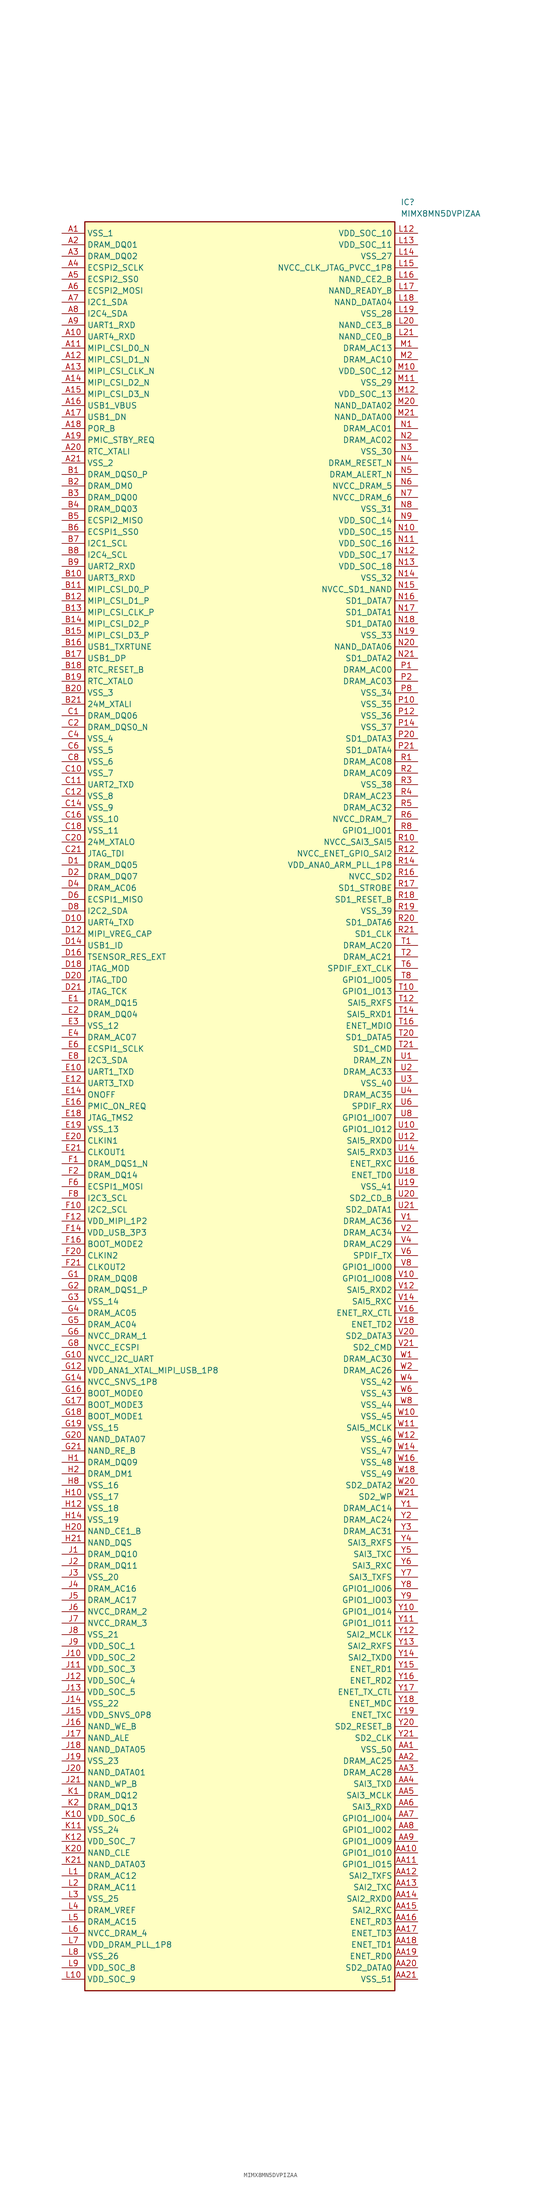
<source format=kicad_sym>
(kicad_symbol_lib
  (version 20211014)
  (generator SamacSys_ECAD_Model)
  (symbol "MIMX8MN5DVPIZAA"
    (property "Reference" "IC"
      (at 74.93 7.62 0)
      (effects (font (size 1.27 1.27)) (justify left top)))
    (property "Value" "MIMX8MN5DVPIZAA"
      (at 74.93 5.08 0)
      (effects (font (size 1.27 1.27)) (justify left top)))
    (rectangle
      (start 5.08 2.54)
      (end 73.66 -388.62)
      (stroke (width 0.254) (type default))
      (fill (type background)))
    (pin passive line
      (at 0 0 0)
      (length 5.08)
      (name "VSS_1" (effects (font (size 1.27 1.27))))
      (number "A1" (effects (font (size 1.27 1.27)))))
    (pin passive line
      (at 0 -2.54 0)
      (length 5.08)
      (name "DRAM_DQ01" (effects (font (size 1.27 1.27))))
      (number "A2" (effects (font (size 1.27 1.27)))))
    (pin passive line
      (at 0 -5.08 0)
      (length 5.08)
      (name "DRAM_DQ02" (effects (font (size 1.27 1.27))))
      (number "A3" (effects (font (size 1.27 1.27)))))
    (pin passive line
      (at 0 -7.62 0)
      (length 5.08)
      (name "ECSPI2_SCLK" (effects (font (size 1.27 1.27))))
      (number "A4" (effects (font (size 1.27 1.27)))))
    (pin passive line
      (at 0 -10.16 0)
      (length 5.08)
      (name "ECSPI2_SS0" (effects (font (size 1.27 1.27))))
      (number "A5" (effects (font (size 1.27 1.27)))))
    (pin passive line
      (at 0 -12.7 0)
      (length 5.08)
      (name "ECSPI2_MOSI" (effects (font (size 1.27 1.27))))
      (number "A6" (effects (font (size 1.27 1.27)))))
    (pin passive line
      (at 0 -15.24 0)
      (length 5.08)
      (name "I2C1_SDA" (effects (font (size 1.27 1.27))))
      (number "A7" (effects (font (size 1.27 1.27)))))
    (pin passive line
      (at 0 -17.78 0)
      (length 5.08)
      (name "I2C4_SDA" (effects (font (size 1.27 1.27))))
      (number "A8" (effects (font (size 1.27 1.27)))))
    (pin passive line
      (at 0 -20.32 0)
      (length 5.08)
      (name "UART1_RXD" (effects (font (size 1.27 1.27))))
      (number "A9" (effects (font (size 1.27 1.27)))))
    (pin passive line
      (at 0 -22.86 0)
      (length 5.08)
      (name "UART4_RXD" (effects (font (size 1.27 1.27))))
      (number "A10" (effects (font (size 1.27 1.27)))))
    (pin passive line
      (at 0 -25.4 0)
      (length 5.08)
      (name "MIPI_CSI_D0_N" (effects (font (size 1.27 1.27))))
      (number "A11" (effects (font (size 1.27 1.27)))))
    (pin passive line
      (at 0 -27.94 0)
      (length 5.08)
      (name "MIPI_CSI_D1_N" (effects (font (size 1.27 1.27))))
      (number "A12" (effects (font (size 1.27 1.27)))))
    (pin passive line
      (at 0 -30.48 0)
      (length 5.08)
      (name "MIPI_CSI_CLK_N" (effects (font (size 1.27 1.27))))
      (number "A13" (effects (font (size 1.27 1.27)))))
    (pin passive line
      (at 0 -33.02 0)
      (length 5.08)
      (name "MIPI_CSI_D2_N" (effects (font (size 1.27 1.27))))
      (number "A14" (effects (font (size 1.27 1.27)))))
    (pin passive line
      (at 0 -35.56 0)
      (length 5.08)
      (name "MIPI_CSI_D3_N" (effects (font (size 1.27 1.27))))
      (number "A15" (effects (font (size 1.27 1.27)))))
    (pin passive line
      (at 0 -38.1 0)
      (length 5.08)
      (name "USB1_VBUS" (effects (font (size 1.27 1.27))))
      (number "A16" (effects (font (size 1.27 1.27)))))
    (pin passive line
      (at 0 -40.64 0)
      (length 5.08)
      (name "USB1_DN" (effects (font (size 1.27 1.27))))
      (number "A17" (effects (font (size 1.27 1.27)))))
    (pin passive line
      (at 0 -43.18 0)
      (length 5.08)
      (name "POR_B" (effects (font (size 1.27 1.27))))
      (number "A18" (effects (font (size 1.27 1.27)))))
    (pin passive line
      (at 0 -45.72 0)
      (length 5.08)
      (name "PMIC_STBY_REQ" (effects (font (size 1.27 1.27))))
      (number "A19" (effects (font (size 1.27 1.27)))))
    (pin passive line
      (at 0 -48.26 0)
      (length 5.08)
      (name "RTC_XTALI" (effects (font (size 1.27 1.27))))
      (number "A20" (effects (font (size 1.27 1.27)))))
    (pin passive line
      (at 0 -50.8 0)
      (length 5.08)
      (name "VSS_2" (effects (font (size 1.27 1.27))))
      (number "A21" (effects (font (size 1.27 1.27)))))
    (pin passive line
      (at 0 -53.34 0)
      (length 5.08)
      (name "DRAM_DQS0_P" (effects (font (size 1.27 1.27))))
      (number "B1" (effects (font (size 1.27 1.27)))))
    (pin passive line
      (at 0 -55.88 0)
      (length 5.08)
      (name "DRAM_DM0" (effects (font (size 1.27 1.27))))
      (number "B2" (effects (font (size 1.27 1.27)))))
    (pin passive line
      (at 0 -58.42 0)
      (length 5.08)
      (name "DRAM_DQ00" (effects (font (size 1.27 1.27))))
      (number "B3" (effects (font (size 1.27 1.27)))))
    (pin passive line
      (at 0 -60.96 0)
      (length 5.08)
      (name "DRAM_DQ03" (effects (font (size 1.27 1.27))))
      (number "B4" (effects (font (size 1.27 1.27)))))
    (pin passive line
      (at 0 -63.5 0)
      (length 5.08)
      (name "ECSPI2_MISO" (effects (font (size 1.27 1.27))))
      (number "B5" (effects (font (size 1.27 1.27)))))
    (pin passive line
      (at 0 -66.04 0)
      (length 5.08)
      (name "ECSPI1_SS0" (effects (font (size 1.27 1.27))))
      (number "B6" (effects (font (size 1.27 1.27)))))
    (pin passive line
      (at 0 -68.58 0)
      (length 5.08)
      (name "I2C1_SCL" (effects (font (size 1.27 1.27))))
      (number "B7" (effects (font (size 1.27 1.27)))))
    (pin passive line
      (at 0 -71.12 0)
      (length 5.08)
      (name "I2C4_SCL" (effects (font (size 1.27 1.27))))
      (number "B8" (effects (font (size 1.27 1.27)))))
    (pin passive line
      (at 0 -73.66 0)
      (length 5.08)
      (name "UART2_RXD" (effects (font (size 1.27 1.27))))
      (number "B9" (effects (font (size 1.27 1.27)))))
    (pin passive line
      (at 0 -76.2 0)
      (length 5.08)
      (name "UART3_RXD" (effects (font (size 1.27 1.27))))
      (number "B10" (effects (font (size 1.27 1.27)))))
    (pin passive line
      (at 0 -78.74 0)
      (length 5.08)
      (name "MIPI_CSI_D0_P" (effects (font (size 1.27 1.27))))
      (number "B11" (effects (font (size 1.27 1.27)))))
    (pin passive line
      (at 0 -81.28 0)
      (length 5.08)
      (name "MIPI_CSI_D1_P" (effects (font (size 1.27 1.27))))
      (number "B12" (effects (font (size 1.27 1.27)))))
    (pin passive line
      (at 0 -83.82 0)
      (length 5.08)
      (name "MIPI_CSI_CLK_P" (effects (font (size 1.27 1.27))))
      (number "B13" (effects (font (size 1.27 1.27)))))
    (pin passive line
      (at 0 -86.36 0)
      (length 5.08)
      (name "MIPI_CSI_D2_P" (effects (font (size 1.27 1.27))))
      (number "B14" (effects (font (size 1.27 1.27)))))
    (pin passive line
      (at 0 -88.9 0)
      (length 5.08)
      (name "MIPI_CSI_D3_P" (effects (font (size 1.27 1.27))))
      (number "B15" (effects (font (size 1.27 1.27)))))
    (pin passive line
      (at 0 -91.44 0)
      (length 5.08)
      (name "USB1_TXRTUNE" (effects (font (size 1.27 1.27))))
      (number "B16" (effects (font (size 1.27 1.27)))))
    (pin passive line
      (at 0 -93.98 0)
      (length 5.08)
      (name "USB1_DP" (effects (font (size 1.27 1.27))))
      (number "B17" (effects (font (size 1.27 1.27)))))
    (pin passive line
      (at 0 -96.52 0)
      (length 5.08)
      (name "RTC_RESET_B" (effects (font (size 1.27 1.27))))
      (number "B18" (effects (font (size 1.27 1.27)))))
    (pin passive line
      (at 0 -99.06 0)
      (length 5.08)
      (name "RTC_XTALO" (effects (font (size 1.27 1.27))))
      (number "B19" (effects (font (size 1.27 1.27)))))
    (pin passive line
      (at 0 -101.6 0)
      (length 5.08)
      (name "VSS_3" (effects (font (size 1.27 1.27))))
      (number "B20" (effects (font (size 1.27 1.27)))))
    (pin passive line
      (at 0 -104.14 0)
      (length 5.08)
      (name "24M_XTALI" (effects (font (size 1.27 1.27))))
      (number "B21" (effects (font (size 1.27 1.27)))))
    (pin passive line
      (at 0 -106.68 0)
      (length 5.08)
      (name "DRAM_DQ06" (effects (font (size 1.27 1.27))))
      (number "C1" (effects (font (size 1.27 1.27)))))
    (pin passive line
      (at 0 -109.22 0)
      (length 5.08)
      (name "DRAM_DQS0_N" (effects (font (size 1.27 1.27))))
      (number "C2" (effects (font (size 1.27 1.27)))))
    (pin passive line
      (at 0 -111.76 0)
      (length 5.08)
      (name "VSS_4" (effects (font (size 1.27 1.27))))
      (number "C4" (effects (font (size 1.27 1.27)))))
    (pin passive line
      (at 0 -114.3 0)
      (length 5.08)
      (name "VSS_5" (effects (font (size 1.27 1.27))))
      (number "C6" (effects (font (size 1.27 1.27)))))
    (pin passive line
      (at 0 -116.84 0)
      (length 5.08)
      (name "VSS_6" (effects (font (size 1.27 1.27))))
      (number "C8" (effects (font (size 1.27 1.27)))))
    (pin passive line
      (at 0 -119.38 0)
      (length 5.08)
      (name "VSS_7" (effects (font (size 1.27 1.27))))
      (number "C10" (effects (font (size 1.27 1.27)))))
    (pin passive line
      (at 0 -121.92 0)
      (length 5.08)
      (name "UART2_TXD" (effects (font (size 1.27 1.27))))
      (number "C11" (effects (font (size 1.27 1.27)))))
    (pin passive line
      (at 0 -124.46 0)
      (length 5.08)
      (name "VSS_8" (effects (font (size 1.27 1.27))))
      (number "C12" (effects (font (size 1.27 1.27)))))
    (pin passive line
      (at 0 -127 0)
      (length 5.08)
      (name "VSS_9" (effects (font (size 1.27 1.27))))
      (number "C14" (effects (font (size 1.27 1.27)))))
    (pin passive line
      (at 0 -129.54 0)
      (length 5.08)
      (name "VSS_10" (effects (font (size 1.27 1.27))))
      (number "C16" (effects (font (size 1.27 1.27)))))
    (pin passive line
      (at 0 -132.08 0)
      (length 5.08)
      (name "VSS_11" (effects (font (size 1.27 1.27))))
      (number "C18" (effects (font (size 1.27 1.27)))))
    (pin passive line
      (at 0 -134.62 0)
      (length 5.08)
      (name "24M_XTALO" (effects (font (size 1.27 1.27))))
      (number "C20" (effects (font (size 1.27 1.27)))))
    (pin passive line
      (at 0 -137.16 0)
      (length 5.08)
      (name "JTAG_TDI" (effects (font (size 1.27 1.27))))
      (number "C21" (effects (font (size 1.27 1.27)))))
    (pin passive line
      (at 0 -139.7 0)
      (length 5.08)
      (name "DRAM_DQ05" (effects (font (size 1.27 1.27))))
      (number "D1" (effects (font (size 1.27 1.27)))))
    (pin passive line
      (at 0 -142.24 0)
      (length 5.08)
      (name "DRAM_DQ07" (effects (font (size 1.27 1.27))))
      (number "D2" (effects (font (size 1.27 1.27)))))
    (pin passive line
      (at 0 -144.78 0)
      (length 5.08)
      (name "DRAM_AC06" (effects (font (size 1.27 1.27))))
      (number "D4" (effects (font (size 1.27 1.27)))))
    (pin passive line
      (at 0 -147.32 0)
      (length 5.08)
      (name "ECSPI1_MISO" (effects (font (size 1.27 1.27))))
      (number "D6" (effects (font (size 1.27 1.27)))))
    (pin passive line
      (at 0 -149.86 0)
      (length 5.08)
      (name "I2C2_SDA" (effects (font (size 1.27 1.27))))
      (number "D8" (effects (font (size 1.27 1.27)))))
    (pin passive line
      (at 0 -152.4 0)
      (length 5.08)
      (name "UART4_TXD" (effects (font (size 1.27 1.27))))
      (number "D10" (effects (font (size 1.27 1.27)))))
    (pin passive line
      (at 0 -154.94 0)
      (length 5.08)
      (name "MIPI_VREG_CAP" (effects (font (size 1.27 1.27))))
      (number "D12" (effects (font (size 1.27 1.27)))))
    (pin passive line
      (at 0 -157.48 0)
      (length 5.08)
      (name "USB1_ID" (effects (font (size 1.27 1.27))))
      (number "D14" (effects (font (size 1.27 1.27)))))
    (pin passive line
      (at 0 -160.02 0)
      (length 5.08)
      (name "TSENSOR_RES_EXT" (effects (font (size 1.27 1.27))))
      (number "D16" (effects (font (size 1.27 1.27)))))
    (pin passive line
      (at 0 -162.56 0)
      (length 5.08)
      (name "JTAG_MOD" (effects (font (size 1.27 1.27))))
      (number "D18" (effects (font (size 1.27 1.27)))))
    (pin passive line
      (at 0 -165.1 0)
      (length 5.08)
      (name "JTAG_TDO" (effects (font (size 1.27 1.27))))
      (number "D20" (effects (font (size 1.27 1.27)))))
    (pin passive line
      (at 0 -167.64 0)
      (length 5.08)
      (name "JTAG_TCK" (effects (font (size 1.27 1.27))))
      (number "D21" (effects (font (size 1.27 1.27)))))
    (pin passive line
      (at 0 -170.18 0)
      (length 5.08)
      (name "DRAM_DQ15" (effects (font (size 1.27 1.27))))
      (number "E1" (effects (font (size 1.27 1.27)))))
    (pin passive line
      (at 0 -172.72 0)
      (length 5.08)
      (name "DRAM_DQ04" (effects (font (size 1.27 1.27))))
      (number "E2" (effects (font (size 1.27 1.27)))))
    (pin passive line
      (at 0 -175.26 0)
      (length 5.08)
      (name "VSS_12" (effects (font (size 1.27 1.27))))
      (number "E3" (effects (font (size 1.27 1.27)))))
    (pin passive line
      (at 0 -177.8 0)
      (length 5.08)
      (name "DRAM_AC07" (effects (font (size 1.27 1.27))))
      (number "E4" (effects (font (size 1.27 1.27)))))
    (pin passive line
      (at 0 -180.34 0)
      (length 5.08)
      (name "ECSPI1_SCLK" (effects (font (size 1.27 1.27))))
      (number "E6" (effects (font (size 1.27 1.27)))))
    (pin passive line
      (at 0 -182.88 0)
      (length 5.08)
      (name "I2C3_SDA" (effects (font (size 1.27 1.27))))
      (number "E8" (effects (font (size 1.27 1.27)))))
    (pin passive line
      (at 0 -185.42 0)
      (length 5.08)
      (name "UART1_TXD" (effects (font (size 1.27 1.27))))
      (number "E10" (effects (font (size 1.27 1.27)))))
    (pin passive line
      (at 0 -187.96 0)
      (length 5.08)
      (name "UART3_TXD" (effects (font (size 1.27 1.27))))
      (number "E12" (effects (font (size 1.27 1.27)))))
    (pin passive line
      (at 0 -190.5 0)
      (length 5.08)
      (name "ONOFF" (effects (font (size 1.27 1.27))))
      (number "E14" (effects (font (size 1.27 1.27)))))
    (pin passive line
      (at 0 -193.04 0)
      (length 5.08)
      (name "PMIC_ON_REQ" (effects (font (size 1.27 1.27))))
      (number "E16" (effects (font (size 1.27 1.27)))))
    (pin passive line
      (at 0 -195.58 0)
      (length 5.08)
      (name "JTAG_TMS2" (effects (font (size 1.27 1.27))))
      (number "E18" (effects (font (size 1.27 1.27)))))
    (pin passive line
      (at 0 -198.12 0)
      (length 5.08)
      (name "VSS_13" (effects (font (size 1.27 1.27))))
      (number "E19" (effects (font (size 1.27 1.27)))))
    (pin passive line
      (at 0 -200.66 0)
      (length 5.08)
      (name "CLKIN1" (effects (font (size 1.27 1.27))))
      (number "E20" (effects (font (size 1.27 1.27)))))
    (pin passive line
      (at 0 -203.2 0)
      (length 5.08)
      (name "CLKOUT1" (effects (font (size 1.27 1.27))))
      (number "E21" (effects (font (size 1.27 1.27)))))
    (pin passive line
      (at 0 -205.74 0)
      (length 5.08)
      (name "DRAM_DQS1_N" (effects (font (size 1.27 1.27))))
      (number "F1" (effects (font (size 1.27 1.27)))))
    (pin passive line
      (at 0 -208.28 0)
      (length 5.08)
      (name "DRAM_DQ14" (effects (font (size 1.27 1.27))))
      (number "F2" (effects (font (size 1.27 1.27)))))
    (pin passive line
      (at 0 -210.82 0)
      (length 5.08)
      (name "ECSPI1_MOSI" (effects (font (size 1.27 1.27))))
      (number "F6" (effects (font (size 1.27 1.27)))))
    (pin passive line
      (at 0 -213.36 0)
      (length 5.08)
      (name "I2C3_SCL" (effects (font (size 1.27 1.27))))
      (number "F8" (effects (font (size 1.27 1.27)))))
    (pin passive line
      (at 0 -215.9 0)
      (length 5.08)
      (name "I2C2_SCL" (effects (font (size 1.27 1.27))))
      (number "F10" (effects (font (size 1.27 1.27)))))
    (pin passive line
      (at 0 -218.44 0)
      (length 5.08)
      (name "VDD_MIPI_1P2" (effects (font (size 1.27 1.27))))
      (number "F12" (effects (font (size 1.27 1.27)))))
    (pin passive line
      (at 0 -220.98 0)
      (length 5.08)
      (name "VDD_USB_3P3" (effects (font (size 1.27 1.27))))
      (number "F14" (effects (font (size 1.27 1.27)))))
    (pin passive line
      (at 0 -223.52 0)
      (length 5.08)
      (name "BOOT_MODE2" (effects (font (size 1.27 1.27))))
      (number "F16" (effects (font (size 1.27 1.27)))))
    (pin passive line
      (at 0 -226.06 0)
      (length 5.08)
      (name "CLKIN2" (effects (font (size 1.27 1.27))))
      (number "F20" (effects (font (size 1.27 1.27)))))
    (pin passive line
      (at 0 -228.6 0)
      (length 5.08)
      (name "CLKOUT2" (effects (font (size 1.27 1.27))))
      (number "F21" (effects (font (size 1.27 1.27)))))
    (pin passive line
      (at 0 -231.14 0)
      (length 5.08)
      (name "DRAM_DQ08" (effects (font (size 1.27 1.27))))
      (number "G1" (effects (font (size 1.27 1.27)))))
    (pin passive line
      (at 0 -233.68 0)
      (length 5.08)
      (name "DRAM_DQS1_P" (effects (font (size 1.27 1.27))))
      (number "G2" (effects (font (size 1.27 1.27)))))
    (pin passive line
      (at 0 -236.22 0)
      (length 5.08)
      (name "VSS_14" (effects (font (size 1.27 1.27))))
      (number "G3" (effects (font (size 1.27 1.27)))))
    (pin passive line
      (at 0 -238.76 0)
      (length 5.08)
      (name "DRAM_AC05" (effects (font (size 1.27 1.27))))
      (number "G4" (effects (font (size 1.27 1.27)))))
    (pin passive line
      (at 0 -241.3 0)
      (length 5.08)
      (name "DRAM_AC04" (effects (font (size 1.27 1.27))))
      (number "G5" (effects (font (size 1.27 1.27)))))
    (pin passive line
      (at 0 -243.84 0)
      (length 5.08)
      (name "NVCC_DRAM_1" (effects (font (size 1.27 1.27))))
      (number "G6" (effects (font (size 1.27 1.27)))))
    (pin passive line
      (at 0 -246.38 0)
      (length 5.08)
      (name "NVCC_ECSPI" (effects (font (size 1.27 1.27))))
      (number "G8" (effects (font (size 1.27 1.27)))))
    (pin passive line
      (at 0 -248.92 0)
      (length 5.08)
      (name "NVCC_I2C_UART" (effects (font (size 1.27 1.27))))
      (number "G10" (effects (font (size 1.27 1.27)))))
    (pin passive line
      (at 0 -251.46 0)
      (length 5.08)
      (name "VDD_ANA1_XTAL_MIPI_USB_1P8" (effects (font (size 1.27 1.27))))
      (number "G12" (effects (font (size 1.27 1.27)))))
    (pin passive line
      (at 0 -254 0)
      (length 5.08)
      (name "NVCC_SNVS_1P8" (effects (font (size 1.27 1.27))))
      (number "G14" (effects (font (size 1.27 1.27)))))
    (pin passive line
      (at 0 -256.54 0)
      (length 5.08)
      (name "BOOT_MODE0" (effects (font (size 1.27 1.27))))
      (number "G16" (effects (font (size 1.27 1.27)))))
    (pin passive line
      (at 0 -259.08 0)
      (length 5.08)
      (name "BOOT_MODE3" (effects (font (size 1.27 1.27))))
      (number "G17" (effects (font (size 1.27 1.27)))))
    (pin passive line
      (at 0 -261.62 0)
      (length 5.08)
      (name "BOOT_MODE1" (effects (font (size 1.27 1.27))))
      (number "G18" (effects (font (size 1.27 1.27)))))
    (pin passive line
      (at 0 -264.16 0)
      (length 5.08)
      (name "VSS_15" (effects (font (size 1.27 1.27))))
      (number "G19" (effects (font (size 1.27 1.27)))))
    (pin passive line
      (at 0 -266.7 0)
      (length 5.08)
      (name "NAND_DATA07" (effects (font (size 1.27 1.27))))
      (number "G20" (effects (font (size 1.27 1.27)))))
    (pin passive line
      (at 0 -269.24 0)
      (length 5.08)
      (name "NAND_RE_B" (effects (font (size 1.27 1.27))))
      (number "G21" (effects (font (size 1.27 1.27)))))
    (pin passive line
      (at 0 -271.78 0)
      (length 5.08)
      (name "DRAM_DQ09" (effects (font (size 1.27 1.27))))
      (number "H1" (effects (font (size 1.27 1.27)))))
    (pin passive line
      (at 0 -274.32 0)
      (length 5.08)
      (name "DRAM_DM1" (effects (font (size 1.27 1.27))))
      (number "H2" (effects (font (size 1.27 1.27)))))
    (pin passive line
      (at 0 -276.86 0)
      (length 5.08)
      (name "VSS_16" (effects (font (size 1.27 1.27))))
      (number "H8" (effects (font (size 1.27 1.27)))))
    (pin passive line
      (at 0 -279.4 0)
      (length 5.08)
      (name "VSS_17" (effects (font (size 1.27 1.27))))
      (number "H10" (effects (font (size 1.27 1.27)))))
    (pin passive line
      (at 0 -281.94 0)
      (length 5.08)
      (name "VSS_18" (effects (font (size 1.27 1.27))))
      (number "H12" (effects (font (size 1.27 1.27)))))
    (pin passive line
      (at 0 -284.48 0)
      (length 5.08)
      (name "VSS_19" (effects (font (size 1.27 1.27))))
      (number "H14" (effects (font (size 1.27 1.27)))))
    (pin passive line
      (at 0 -287.02 0)
      (length 5.08)
      (name "NAND_CE1_B" (effects (font (size 1.27 1.27))))
      (number "H20" (effects (font (size 1.27 1.27)))))
    (pin passive line
      (at 0 -289.56 0)
      (length 5.08)
      (name "NAND_DQS" (effects (font (size 1.27 1.27))))
      (number "H21" (effects (font (size 1.27 1.27)))))
    (pin passive line
      (at 0 -292.1 0)
      (length 5.08)
      (name "DRAM_DQ10" (effects (font (size 1.27 1.27))))
      (number "J1" (effects (font (size 1.27 1.27)))))
    (pin passive line
      (at 0 -294.64 0)
      (length 5.08)
      (name "DRAM_DQ11" (effects (font (size 1.27 1.27))))
      (number "J2" (effects (font (size 1.27 1.27)))))
    (pin passive line
      (at 0 -297.18 0)
      (length 5.08)
      (name "VSS_20" (effects (font (size 1.27 1.27))))
      (number "J3" (effects (font (size 1.27 1.27)))))
    (pin passive line
      (at 0 -299.72 0)
      (length 5.08)
      (name "DRAM_AC16" (effects (font (size 1.27 1.27))))
      (number "J4" (effects (font (size 1.27 1.27)))))
    (pin passive line
      (at 0 -302.26 0)
      (length 5.08)
      (name "DRAM_AC17" (effects (font (size 1.27 1.27))))
      (number "J5" (effects (font (size 1.27 1.27)))))
    (pin passive line
      (at 0 -304.8 0)
      (length 5.08)
      (name "NVCC_DRAM_2" (effects (font (size 1.27 1.27))))
      (number "J6" (effects (font (size 1.27 1.27)))))
    (pin passive line
      (at 0 -307.34 0)
      (length 5.08)
      (name "NVCC_DRAM_3" (effects (font (size 1.27 1.27))))
      (number "J7" (effects (font (size 1.27 1.27)))))
    (pin passive line
      (at 0 -309.88 0)
      (length 5.08)
      (name "VSS_21" (effects (font (size 1.27 1.27))))
      (number "J8" (effects (font (size 1.27 1.27)))))
    (pin passive line
      (at 0 -312.42 0)
      (length 5.08)
      (name "VDD_SOC_1" (effects (font (size 1.27 1.27))))
      (number "J9" (effects (font (size 1.27 1.27)))))
    (pin passive line
      (at 0 -314.96 0)
      (length 5.08)
      (name "VDD_SOC_2" (effects (font (size 1.27 1.27))))
      (number "J10" (effects (font (size 1.27 1.27)))))
    (pin passive line
      (at 0 -317.5 0)
      (length 5.08)
      (name "VDD_SOC_3" (effects (font (size 1.27 1.27))))
      (number "J11" (effects (font (size 1.27 1.27)))))
    (pin passive line
      (at 0 -320.04 0)
      (length 5.08)
      (name "VDD_SOC_4" (effects (font (size 1.27 1.27))))
      (number "J12" (effects (font (size 1.27 1.27)))))
    (pin passive line
      (at 0 -322.58 0)
      (length 5.08)
      (name "VDD_SOC_5" (effects (font (size 1.27 1.27))))
      (number "J13" (effects (font (size 1.27 1.27)))))
    (pin passive line
      (at 0 -325.12 0)
      (length 5.08)
      (name "VSS_22" (effects (font (size 1.27 1.27))))
      (number "J14" (effects (font (size 1.27 1.27)))))
    (pin passive line
      (at 0 -327.66 0)
      (length 5.08)
      (name "VDD_SNVS_0P8" (effects (font (size 1.27 1.27))))
      (number "J15" (effects (font (size 1.27 1.27)))))
    (pin passive line
      (at 0 -330.2 0)
      (length 5.08)
      (name "NAND_WE_B" (effects (font (size 1.27 1.27))))
      (number "J16" (effects (font (size 1.27 1.27)))))
    (pin passive line
      (at 0 -332.74 0)
      (length 5.08)
      (name "NAND_ALE" (effects (font (size 1.27 1.27))))
      (number "J17" (effects (font (size 1.27 1.27)))))
    (pin passive line
      (at 0 -335.28 0)
      (length 5.08)
      (name "NAND_DATA05" (effects (font (size 1.27 1.27))))
      (number "J18" (effects (font (size 1.27 1.27)))))
    (pin passive line
      (at 0 -337.82 0)
      (length 5.08)
      (name "VSS_23" (effects (font (size 1.27 1.27))))
      (number "J19" (effects (font (size 1.27 1.27)))))
    (pin passive line
      (at 0 -340.36 0)
      (length 5.08)
      (name "NAND_DATA01" (effects (font (size 1.27 1.27))))
      (number "J20" (effects (font (size 1.27 1.27)))))
    (pin passive line
      (at 0 -342.9 0)
      (length 5.08)
      (name "NAND_WP_B" (effects (font (size 1.27 1.27))))
      (number "J21" (effects (font (size 1.27 1.27)))))
    (pin passive line
      (at 0 -345.44 0)
      (length 5.08)
      (name "DRAM_DQ12" (effects (font (size 1.27 1.27))))
      (number "K1" (effects (font (size 1.27 1.27)))))
    (pin passive line
      (at 0 -347.98 0)
      (length 5.08)
      (name "DRAM_DQ13" (effects (font (size 1.27 1.27))))
      (number "K2" (effects (font (size 1.27 1.27)))))
    (pin passive line
      (at 0 -350.52 0)
      (length 5.08)
      (name "VDD_SOC_6" (effects (font (size 1.27 1.27))))
      (number "K10" (effects (font (size 1.27 1.27)))))
    (pin passive line
      (at 0 -353.06 0)
      (length 5.08)
      (name "VSS_24" (effects (font (size 1.27 1.27))))
      (number "K11" (effects (font (size 1.27 1.27)))))
    (pin passive line
      (at 0 -355.6 0)
      (length 5.08)
      (name "VDD_SOC_7" (effects (font (size 1.27 1.27))))
      (number "K12" (effects (font (size 1.27 1.27)))))
    (pin passive line
      (at 0 -358.14 0)
      (length 5.08)
      (name "NAND_CLE" (effects (font (size 1.27 1.27))))
      (number "K20" (effects (font (size 1.27 1.27)))))
    (pin passive line
      (at 0 -360.68 0)
      (length 5.08)
      (name "NAND_DATA03" (effects (font (size 1.27 1.27))))
      (number "K21" (effects (font (size 1.27 1.27)))))
    (pin passive line
      (at 0 -363.22 0)
      (length 5.08)
      (name "DRAM_AC12" (effects (font (size 1.27 1.27))))
      (number "L1" (effects (font (size 1.27 1.27)))))
    (pin passive line
      (at 0 -365.76 0)
      (length 5.08)
      (name "DRAM_AC11" (effects (font (size 1.27 1.27))))
      (number "L2" (effects (font (size 1.27 1.27)))))
    (pin passive line
      (at 0 -368.3 0)
      (length 5.08)
      (name "VSS_25" (effects (font (size 1.27 1.27))))
      (number "L3" (effects (font (size 1.27 1.27)))))
    (pin passive line
      (at 0 -370.84 0)
      (length 5.08)
      (name "DRAM_VREF" (effects (font (size 1.27 1.27))))
      (number "L4" (effects (font (size 1.27 1.27)))))
    (pin passive line
      (at 0 -373.38 0)
      (length 5.08)
      (name "DRAM_AC15" (effects (font (size 1.27 1.27))))
      (number "L5" (effects (font (size 1.27 1.27)))))
    (pin passive line
      (at 0 -375.92 0)
      (length 5.08)
      (name "NVCC_DRAM_4" (effects (font (size 1.27 1.27))))
      (number "L6" (effects (font (size 1.27 1.27)))))
    (pin passive line
      (at 0 -378.46 0)
      (length 5.08)
      (name "VDD_DRAM_PLL_1P8" (effects (font (size 1.27 1.27))))
      (number "L7" (effects (font (size 1.27 1.27)))))
    (pin passive line
      (at 0 -381 0)
      (length 5.08)
      (name "VSS_26" (effects (font (size 1.27 1.27))))
      (number "L8" (effects (font (size 1.27 1.27)))))
    (pin passive line
      (at 0 -383.54 0)
      (length 5.08)
      (name "VDD_SOC_8" (effects (font (size 1.27 1.27))))
      (number "L9" (effects (font (size 1.27 1.27)))))
    (pin passive line
      (at 0 -386.08 0)
      (length 5.08)
      (name "VDD_SOC_9" (effects (font (size 1.27 1.27))))
      (number "L10" (effects (font (size 1.27 1.27)))))
    (pin passive line
      (at 78.74 0 180)
      (length 5.08)
      (name "VDD_SOC_10" (effects (font (size 1.27 1.27))))
      (number "L12" (effects (font (size 1.27 1.27)))))
    (pin passive line
      (at 78.74 -2.54 180)
      (length 5.08)
      (name "VDD_SOC_11" (effects (font (size 1.27 1.27))))
      (number "L13" (effects (font (size 1.27 1.27)))))
    (pin passive line
      (at 78.74 -5.08 180)
      (length 5.08)
      (name "VSS_27" (effects (font (size 1.27 1.27))))
      (number "L14" (effects (font (size 1.27 1.27)))))
    (pin passive line
      (at 78.74 -7.62 180)
      (length 5.08)
      (name "NVCC_CLK_JTAG_PVCC_1P8" (effects (font (size 1.27 1.27))))
      (number "L15" (effects (font (size 1.27 1.27)))))
    (pin passive line
      (at 78.74 -10.16 180)
      (length 5.08)
      (name "NAND_CE2_B" (effects (font (size 1.27 1.27))))
      (number "L16" (effects (font (size 1.27 1.27)))))
    (pin passive line
      (at 78.74 -12.7 180)
      (length 5.08)
      (name "NAND_READY_B" (effects (font (size 1.27 1.27))))
      (number "L17" (effects (font (size 1.27 1.27)))))
    (pin passive line
      (at 78.74 -15.24 180)
      (length 5.08)
      (name "NAND_DATA04" (effects (font (size 1.27 1.27))))
      (number "L18" (effects (font (size 1.27 1.27)))))
    (pin passive line
      (at 78.74 -17.78 180)
      (length 5.08)
      (name "VSS_28" (effects (font (size 1.27 1.27))))
      (number "L19" (effects (font (size 1.27 1.27)))))
    (pin passive line
      (at 78.74 -20.32 180)
      (length 5.08)
      (name "NAND_CE3_B" (effects (font (size 1.27 1.27))))
      (number "L20" (effects (font (size 1.27 1.27)))))
    (pin passive line
      (at 78.74 -22.86 180)
      (length 5.08)
      (name "NAND_CE0_B" (effects (font (size 1.27 1.27))))
      (number "L21" (effects (font (size 1.27 1.27)))))
    (pin passive line
      (at 78.74 -25.4 180)
      (length 5.08)
      (name "DRAM_AC13" (effects (font (size 1.27 1.27))))
      (number "M1" (effects (font (size 1.27 1.27)))))
    (pin passive line
      (at 78.74 -27.94 180)
      (length 5.08)
      (name "DRAM_AC10" (effects (font (size 1.27 1.27))))
      (number "M2" (effects (font (size 1.27 1.27)))))
    (pin passive line
      (at 78.74 -30.48 180)
      (length 5.08)
      (name "VDD_SOC_12" (effects (font (size 1.27 1.27))))
      (number "M10" (effects (font (size 1.27 1.27)))))
    (pin passive line
      (at 78.74 -33.02 180)
      (length 5.08)
      (name "VSS_29" (effects (font (size 1.27 1.27))))
      (number "M11" (effects (font (size 1.27 1.27)))))
    (pin passive line
      (at 78.74 -35.56 180)
      (length 5.08)
      (name "VDD_SOC_13" (effects (font (size 1.27 1.27))))
      (number "M12" (effects (font (size 1.27 1.27)))))
    (pin passive line
      (at 78.74 -38.1 180)
      (length 5.08)
      (name "NAND_DATA02" (effects (font (size 1.27 1.27))))
      (number "M20" (effects (font (size 1.27 1.27)))))
    (pin passive line
      (at 78.74 -40.64 180)
      (length 5.08)
      (name "NAND_DATA00" (effects (font (size 1.27 1.27))))
      (number "M21" (effects (font (size 1.27 1.27)))))
    (pin passive line
      (at 78.74 -43.18 180)
      (length 5.08)
      (name "DRAM_AC01" (effects (font (size 1.27 1.27))))
      (number "N1" (effects (font (size 1.27 1.27)))))
    (pin passive line
      (at 78.74 -45.72 180)
      (length 5.08)
      (name "DRAM_AC02" (effects (font (size 1.27 1.27))))
      (number "N2" (effects (font (size 1.27 1.27)))))
    (pin passive line
      (at 78.74 -48.26 180)
      (length 5.08)
      (name "VSS_30" (effects (font (size 1.27 1.27))))
      (number "N3" (effects (font (size 1.27 1.27)))))
    (pin passive line
      (at 78.74 -50.8 180)
      (length 5.08)
      (name "DRAM_RESET_N" (effects (font (size 1.27 1.27))))
      (number "N4" (effects (font (size 1.27 1.27)))))
    (pin passive line
      (at 78.74 -53.34 180)
      (length 5.08)
      (name "DRAM_ALERT_N" (effects (font (size 1.27 1.27))))
      (number "N5" (effects (font (size 1.27 1.27)))))
    (pin passive line
      (at 78.74 -55.88 180)
      (length 5.08)
      (name "NVCC_DRAM_5" (effects (font (size 1.27 1.27))))
      (number "N6" (effects (font (size 1.27 1.27)))))
    (pin passive line
      (at 78.74 -58.42 180)
      (length 5.08)
      (name "NVCC_DRAM_6" (effects (font (size 1.27 1.27))))
      (number "N7" (effects (font (size 1.27 1.27)))))
    (pin passive line
      (at 78.74 -60.96 180)
      (length 5.08)
      (name "VSS_31" (effects (font (size 1.27 1.27))))
      (number "N8" (effects (font (size 1.27 1.27)))))
    (pin passive line
      (at 78.74 -63.5 180)
      (length 5.08)
      (name "VDD_SOC_14" (effects (font (size 1.27 1.27))))
      (number "N9" (effects (font (size 1.27 1.27)))))
    (pin passive line
      (at 78.74 -66.04 180)
      (length 5.08)
      (name "VDD_SOC_15" (effects (font (size 1.27 1.27))))
      (number "N10" (effects (font (size 1.27 1.27)))))
    (pin passive line
      (at 78.74 -68.58 180)
      (length 5.08)
      (name "VDD_SOC_16" (effects (font (size 1.27 1.27))))
      (number "N11" (effects (font (size 1.27 1.27)))))
    (pin passive line
      (at 78.74 -71.12 180)
      (length 5.08)
      (name "VDD_SOC_17" (effects (font (size 1.27 1.27))))
      (number "N12" (effects (font (size 1.27 1.27)))))
    (pin passive line
      (at 78.74 -73.66 180)
      (length 5.08)
      (name "VDD_SOC_18" (effects (font (size 1.27 1.27))))
      (number "N13" (effects (font (size 1.27 1.27)))))
    (pin passive line
      (at 78.74 -76.2 180)
      (length 5.08)
      (name "VSS_32" (effects (font (size 1.27 1.27))))
      (number "N14" (effects (font (size 1.27 1.27)))))
    (pin passive line
      (at 78.74 -78.74 180)
      (length 5.08)
      (name "NVCC_SD1_NAND" (effects (font (size 1.27 1.27))))
      (number "N15" (effects (font (size 1.27 1.27)))))
    (pin passive line
      (at 78.74 -81.28 180)
      (length 5.08)
      (name "SD1_DATA7" (effects (font (size 1.27 1.27))))
      (number "N16" (effects (font (size 1.27 1.27)))))
    (pin passive line
      (at 78.74 -83.82 180)
      (length 5.08)
      (name "SD1_DATA1" (effects (font (size 1.27 1.27))))
      (number "N17" (effects (font (size 1.27 1.27)))))
    (pin passive line
      (at 78.74 -86.36 180)
      (length 5.08)
      (name "SD1_DATA0" (effects (font (size 1.27 1.27))))
      (number "N18" (effects (font (size 1.27 1.27)))))
    (pin passive line
      (at 78.74 -88.9 180)
      (length 5.08)
      (name "VSS_33" (effects (font (size 1.27 1.27))))
      (number "N19" (effects (font (size 1.27 1.27)))))
    (pin passive line
      (at 78.74 -91.44 180)
      (length 5.08)
      (name "NAND_DATA06" (effects (font (size 1.27 1.27))))
      (number "N20" (effects (font (size 1.27 1.27)))))
    (pin passive line
      (at 78.74 -93.98 180)
      (length 5.08)
      (name "SD1_DATA2" (effects (font (size 1.27 1.27))))
      (number "N21" (effects (font (size 1.27 1.27)))))
    (pin passive line
      (at 78.74 -96.52 180)
      (length 5.08)
      (name "DRAM_AC00" (effects (font (size 1.27 1.27))))
      (number "P1" (effects (font (size 1.27 1.27)))))
    (pin passive line
      (at 78.74 -99.06 180)
      (length 5.08)
      (name "DRAM_AC03" (effects (font (size 1.27 1.27))))
      (number "P2" (effects (font (size 1.27 1.27)))))
    (pin passive line
      (at 78.74 -101.6 180)
      (length 5.08)
      (name "VSS_34" (effects (font (size 1.27 1.27))))
      (number "P8" (effects (font (size 1.27 1.27)))))
    (pin passive line
      (at 78.74 -104.14 180)
      (length 5.08)
      (name "VSS_35" (effects (font (size 1.27 1.27))))
      (number "P10" (effects (font (size 1.27 1.27)))))
    (pin passive line
      (at 78.74 -106.68 180)
      (length 5.08)
      (name "VSS_36" (effects (font (size 1.27 1.27))))
      (number "P12" (effects (font (size 1.27 1.27)))))
    (pin passive line
      (at 78.74 -109.22 180)
      (length 5.08)
      (name "VSS_37" (effects (font (size 1.27 1.27))))
      (number "P14" (effects (font (size 1.27 1.27)))))
    (pin passive line
      (at 78.74 -111.76 180)
      (length 5.08)
      (name "SD1_DATA3" (effects (font (size 1.27 1.27))))
      (number "P20" (effects (font (size 1.27 1.27)))))
    (pin passive line
      (at 78.74 -114.3 180)
      (length 5.08)
      (name "SD1_DATA4" (effects (font (size 1.27 1.27))))
      (number "P21" (effects (font (size 1.27 1.27)))))
    (pin passive line
      (at 78.74 -116.84 180)
      (length 5.08)
      (name "DRAM_AC08" (effects (font (size 1.27 1.27))))
      (number "R1" (effects (font (size 1.27 1.27)))))
    (pin passive line
      (at 78.74 -119.38 180)
      (length 5.08)
      (name "DRAM_AC09" (effects (font (size 1.27 1.27))))
      (number "R2" (effects (font (size 1.27 1.27)))))
    (pin passive line
      (at 78.74 -121.92 180)
      (length 5.08)
      (name "VSS_38" (effects (font (size 1.27 1.27))))
      (number "R3" (effects (font (size 1.27 1.27)))))
    (pin passive line
      (at 78.74 -124.46 180)
      (length 5.08)
      (name "DRAM_AC23" (effects (font (size 1.27 1.27))))
      (number "R4" (effects (font (size 1.27 1.27)))))
    (pin passive line
      (at 78.74 -127 180)
      (length 5.08)
      (name "DRAM_AC32" (effects (font (size 1.27 1.27))))
      (number "R5" (effects (font (size 1.27 1.27)))))
    (pin passive line
      (at 78.74 -129.54 180)
      (length 5.08)
      (name "NVCC_DRAM_7" (effects (font (size 1.27 1.27))))
      (number "R6" (effects (font (size 1.27 1.27)))))
    (pin passive line
      (at 78.74 -132.08 180)
      (length 5.08)
      (name "GPIO1_IO01" (effects (font (size 1.27 1.27))))
      (number "R8" (effects (font (size 1.27 1.27)))))
    (pin passive line
      (at 78.74 -134.62 180)
      (length 5.08)
      (name "NVCC_SAI3_SAI5" (effects (font (size 1.27 1.27))))
      (number "R10" (effects (font (size 1.27 1.27)))))
    (pin passive line
      (at 78.74 -137.16 180)
      (length 5.08)
      (name "NVCC_ENET_GPIO_SAI2" (effects (font (size 1.27 1.27))))
      (number "R12" (effects (font (size 1.27 1.27)))))
    (pin passive line
      (at 78.74 -139.7 180)
      (length 5.08)
      (name "VDD_ANA0_ARM_PLL_1P8" (effects (font (size 1.27 1.27))))
      (number "R14" (effects (font (size 1.27 1.27)))))
    (pin passive line
      (at 78.74 -142.24 180)
      (length 5.08)
      (name "NVCC_SD2" (effects (font (size 1.27 1.27))))
      (number "R16" (effects (font (size 1.27 1.27)))))
    (pin passive line
      (at 78.74 -144.78 180)
      (length 5.08)
      (name "SD1_STROBE" (effects (font (size 1.27 1.27))))
      (number "R17" (effects (font (size 1.27 1.27)))))
    (pin passive line
      (at 78.74 -147.32 180)
      (length 5.08)
      (name "SD1_RESET_B" (effects (font (size 1.27 1.27))))
      (number "R18" (effects (font (size 1.27 1.27)))))
    (pin passive line
      (at 78.74 -149.86 180)
      (length 5.08)
      (name "VSS_39" (effects (font (size 1.27 1.27))))
      (number "R19" (effects (font (size 1.27 1.27)))))
    (pin passive line
      (at 78.74 -152.4 180)
      (length 5.08)
      (name "SD1_DATA6" (effects (font (size 1.27 1.27))))
      (number "R20" (effects (font (size 1.27 1.27)))))
    (pin passive line
      (at 78.74 -154.94 180)
      (length 5.08)
      (name "SD1_CLK" (effects (font (size 1.27 1.27))))
      (number "R21" (effects (font (size 1.27 1.27)))))
    (pin passive line
      (at 78.74 -157.48 180)
      (length 5.08)
      (name "DRAM_AC20" (effects (font (size 1.27 1.27))))
      (number "T1" (effects (font (size 1.27 1.27)))))
    (pin passive line
      (at 78.74 -160.02 180)
      (length 5.08)
      (name "DRAM_AC21" (effects (font (size 1.27 1.27))))
      (number "T2" (effects (font (size 1.27 1.27)))))
    (pin passive line
      (at 78.74 -162.56 180)
      (length 5.08)
      (name "SPDIF_EXT_CLK" (effects (font (size 1.27 1.27))))
      (number "T6" (effects (font (size 1.27 1.27)))))
    (pin passive line
      (at 78.74 -165.1 180)
      (length 5.08)
      (name "GPIO1_IO05" (effects (font (size 1.27 1.27))))
      (number "T8" (effects (font (size 1.27 1.27)))))
    (pin passive line
      (at 78.74 -167.64 180)
      (length 5.08)
      (name "GPIO1_IO13" (effects (font (size 1.27 1.27))))
      (number "T10" (effects (font (size 1.27 1.27)))))
    (pin passive line
      (at 78.74 -170.18 180)
      (length 5.08)
      (name "SAI5_RXFS" (effects (font (size 1.27 1.27))))
      (number "T12" (effects (font (size 1.27 1.27)))))
    (pin passive line
      (at 78.74 -172.72 180)
      (length 5.08)
      (name "SAI5_RXD1" (effects (font (size 1.27 1.27))))
      (number "T14" (effects (font (size 1.27 1.27)))))
    (pin passive line
      (at 78.74 -175.26 180)
      (length 5.08)
      (name "ENET_MDIO" (effects (font (size 1.27 1.27))))
      (number "T16" (effects (font (size 1.27 1.27)))))
    (pin passive line
      (at 78.74 -177.8 180)
      (length 5.08)
      (name "SD1_DATA5" (effects (font (size 1.27 1.27))))
      (number "T20" (effects (font (size 1.27 1.27)))))
    (pin passive line
      (at 78.74 -180.34 180)
      (length 5.08)
      (name "SD1_CMD" (effects (font (size 1.27 1.27))))
      (number "T21" (effects (font (size 1.27 1.27)))))
    (pin passive line
      (at 78.74 -182.88 180)
      (length 5.08)
      (name "DRAM_ZN" (effects (font (size 1.27 1.27))))
      (number "U1" (effects (font (size 1.27 1.27)))))
    (pin passive line
      (at 78.74 -185.42 180)
      (length 5.08)
      (name "DRAM_AC33" (effects (font (size 1.27 1.27))))
      (number "U2" (effects (font (size 1.27 1.27)))))
    (pin passive line
      (at 78.74 -187.96 180)
      (length 5.08)
      (name "VSS_40" (effects (font (size 1.27 1.27))))
      (number "U3" (effects (font (size 1.27 1.27)))))
    (pin passive line
      (at 78.74 -190.5 180)
      (length 5.08)
      (name "DRAM_AC35" (effects (font (size 1.27 1.27))))
      (number "U4" (effects (font (size 1.27 1.27)))))
    (pin passive line
      (at 78.74 -193.04 180)
      (length 5.08)
      (name "SPDIF_RX" (effects (font (size 1.27 1.27))))
      (number "U6" (effects (font (size 1.27 1.27)))))
    (pin passive line
      (at 78.74 -195.58 180)
      (length 5.08)
      (name "GPIO1_IO07" (effects (font (size 1.27 1.27))))
      (number "U8" (effects (font (size 1.27 1.27)))))
    (pin passive line
      (at 78.74 -198.12 180)
      (length 5.08)
      (name "GPIO1_IO12" (effects (font (size 1.27 1.27))))
      (number "U10" (effects (font (size 1.27 1.27)))))
    (pin passive line
      (at 78.74 -200.66 180)
      (length 5.08)
      (name "SAI5_RXD0" (effects (font (size 1.27 1.27))))
      (number "U12" (effects (font (size 1.27 1.27)))))
    (pin passive line
      (at 78.74 -203.2 180)
      (length 5.08)
      (name "SAI5_RXD3" (effects (font (size 1.27 1.27))))
      (number "U14" (effects (font (size 1.27 1.27)))))
    (pin passive line
      (at 78.74 -205.74 180)
      (length 5.08)
      (name "ENET_RXC" (effects (font (size 1.27 1.27))))
      (number "U16" (effects (font (size 1.27 1.27)))))
    (pin passive line
      (at 78.74 -208.28 180)
      (length 5.08)
      (name "ENET_TD0" (effects (font (size 1.27 1.27))))
      (number "U18" (effects (font (size 1.27 1.27)))))
    (pin passive line
      (at 78.74 -210.82 180)
      (length 5.08)
      (name "VSS_41" (effects (font (size 1.27 1.27))))
      (number "U19" (effects (font (size 1.27 1.27)))))
    (pin passive line
      (at 78.74 -213.36 180)
      (length 5.08)
      (name "SD2_CD_B" (effects (font (size 1.27 1.27))))
      (number "U20" (effects (font (size 1.27 1.27)))))
    (pin passive line
      (at 78.74 -215.9 180)
      (length 5.08)
      (name "SD2_DATA1" (effects (font (size 1.27 1.27))))
      (number "U21" (effects (font (size 1.27 1.27)))))
    (pin passive line
      (at 78.74 -218.44 180)
      (length 5.08)
      (name "DRAM_AC36" (effects (font (size 1.27 1.27))))
      (number "V1" (effects (font (size 1.27 1.27)))))
    (pin passive line
      (at 78.74 -220.98 180)
      (length 5.08)
      (name "DRAM_AC34" (effects (font (size 1.27 1.27))))
      (number "V2" (effects (font (size 1.27 1.27)))))
    (pin passive line
      (at 78.74 -223.52 180)
      (length 5.08)
      (name "DRAM_AC29" (effects (font (size 1.27 1.27))))
      (number "V4" (effects (font (size 1.27 1.27)))))
    (pin passive line
      (at 78.74 -226.06 180)
      (length 5.08)
      (name "SPDIF_TX" (effects (font (size 1.27 1.27))))
      (number "V6" (effects (font (size 1.27 1.27)))))
    (pin passive line
      (at 78.74 -228.6 180)
      (length 5.08)
      (name "GPIO1_IO00" (effects (font (size 1.27 1.27))))
      (number "V8" (effects (font (size 1.27 1.27)))))
    (pin passive line
      (at 78.74 -231.14 180)
      (length 5.08)
      (name "GPIO1_IO08" (effects (font (size 1.27 1.27))))
      (number "V10" (effects (font (size 1.27 1.27)))))
    (pin passive line
      (at 78.74 -233.68 180)
      (length 5.08)
      (name "SAI5_RXD2" (effects (font (size 1.27 1.27))))
      (number "V12" (effects (font (size 1.27 1.27)))))
    (pin passive line
      (at 78.74 -236.22 180)
      (length 5.08)
      (name "SAI5_RXC" (effects (font (size 1.27 1.27))))
      (number "V14" (effects (font (size 1.27 1.27)))))
    (pin passive line
      (at 78.74 -238.76 180)
      (length 5.08)
      (name "ENET_RX_CTL" (effects (font (size 1.27 1.27))))
      (number "V16" (effects (font (size 1.27 1.27)))))
    (pin passive line
      (at 78.74 -241.3 180)
      (length 5.08)
      (name "ENET_TD2" (effects (font (size 1.27 1.27))))
      (number "V18" (effects (font (size 1.27 1.27)))))
    (pin passive line
      (at 78.74 -243.84 180)
      (length 5.08)
      (name "SD2_DATA3" (effects (font (size 1.27 1.27))))
      (number "V20" (effects (font (size 1.27 1.27)))))
    (pin passive line
      (at 78.74 -246.38 180)
      (length 5.08)
      (name "SD2_CMD" (effects (font (size 1.27 1.27))))
      (number "V21" (effects (font (size 1.27 1.27)))))
    (pin passive line
      (at 78.74 -248.92 180)
      (length 5.08)
      (name "DRAM_AC30" (effects (font (size 1.27 1.27))))
      (number "W1" (effects (font (size 1.27 1.27)))))
    (pin passive line
      (at 78.74 -251.46 180)
      (length 5.08)
      (name "DRAM_AC26" (effects (font (size 1.27 1.27))))
      (number "W2" (effects (font (size 1.27 1.27)))))
    (pin passive line
      (at 78.74 -254 180)
      (length 5.08)
      (name "VSS_42" (effects (font (size 1.27 1.27))))
      (number "W4" (effects (font (size 1.27 1.27)))))
    (pin passive line
      (at 78.74 -256.54 180)
      (length 5.08)
      (name "VSS_43" (effects (font (size 1.27 1.27))))
      (number "W6" (effects (font (size 1.27 1.27)))))
    (pin passive line
      (at 78.74 -259.08 180)
      (length 5.08)
      (name "VSS_44" (effects (font (size 1.27 1.27))))
      (number "W8" (effects (font (size 1.27 1.27)))))
    (pin passive line
      (at 78.74 -261.62 180)
      (length 5.08)
      (name "VSS_45" (effects (font (size 1.27 1.27))))
      (number "W10" (effects (font (size 1.27 1.27)))))
    (pin passive line
      (at 78.74 -264.16 180)
      (length 5.08)
      (name "SAI5_MCLK" (effects (font (size 1.27 1.27))))
      (number "W11" (effects (font (size 1.27 1.27)))))
    (pin passive line
      (at 78.74 -266.7 180)
      (length 5.08)
      (name "VSS_46" (effects (font (size 1.27 1.27))))
      (number "W12" (effects (font (size 1.27 1.27)))))
    (pin passive line
      (at 78.74 -269.24 180)
      (length 5.08)
      (name "VSS_47" (effects (font (size 1.27 1.27))))
      (number "W14" (effects (font (size 1.27 1.27)))))
    (pin passive line
      (at 78.74 -271.78 180)
      (length 5.08)
      (name "VSS_48" (effects (font (size 1.27 1.27))))
      (number "W16" (effects (font (size 1.27 1.27)))))
    (pin passive line
      (at 78.74 -274.32 180)
      (length 5.08)
      (name "VSS_49" (effects (font (size 1.27 1.27))))
      (number "W18" (effects (font (size 1.27 1.27)))))
    (pin passive line
      (at 78.74 -276.86 180)
      (length 5.08)
      (name "SD2_DATA2" (effects (font (size 1.27 1.27))))
      (number "W20" (effects (font (size 1.27 1.27)))))
    (pin passive line
      (at 78.74 -279.4 180)
      (length 5.08)
      (name "SD2_WP" (effects (font (size 1.27 1.27))))
      (number "W21" (effects (font (size 1.27 1.27)))))
    (pin passive line
      (at 78.74 -281.94 180)
      (length 5.08)
      (name "DRAM_AC14" (effects (font (size 1.27 1.27))))
      (number "Y1" (effects (font (size 1.27 1.27)))))
    (pin passive line
      (at 78.74 -284.48 180)
      (length 5.08)
      (name "DRAM_AC24" (effects (font (size 1.27 1.27))))
      (number "Y2" (effects (font (size 1.27 1.27)))))
    (pin passive line
      (at 78.74 -287.02 180)
      (length 5.08)
      (name "DRAM_AC31" (effects (font (size 1.27 1.27))))
      (number "Y3" (effects (font (size 1.27 1.27)))))
    (pin passive line
      (at 78.74 -289.56 180)
      (length 5.08)
      (name "SAI3_RXFS" (effects (font (size 1.27 1.27))))
      (number "Y4" (effects (font (size 1.27 1.27)))))
    (pin passive line
      (at 78.74 -292.1 180)
      (length 5.08)
      (name "SAI3_TXC" (effects (font (size 1.27 1.27))))
      (number "Y5" (effects (font (size 1.27 1.27)))))
    (pin passive line
      (at 78.74 -294.64 180)
      (length 5.08)
      (name "SAI3_RXC" (effects (font (size 1.27 1.27))))
      (number "Y6" (effects (font (size 1.27 1.27)))))
    (pin passive line
      (at 78.74 -297.18 180)
      (length 5.08)
      (name "SAI3_TXFS" (effects (font (size 1.27 1.27))))
      (number "Y7" (effects (font (size 1.27 1.27)))))
    (pin passive line
      (at 78.74 -299.72 180)
      (length 5.08)
      (name "GPIO1_IO06" (effects (font (size 1.27 1.27))))
      (number "Y8" (effects (font (size 1.27 1.27)))))
    (pin passive line
      (at 78.74 -302.26 180)
      (length 5.08)
      (name "GPIO1_IO03" (effects (font (size 1.27 1.27))))
      (number "Y9" (effects (font (size 1.27 1.27)))))
    (pin passive line
      (at 78.74 -304.8 180)
      (length 5.08)
      (name "GPIO1_IO14" (effects (font (size 1.27 1.27))))
      (number "Y10" (effects (font (size 1.27 1.27)))))
    (pin passive line
      (at 78.74 -307.34 180)
      (length 5.08)
      (name "GPIO1_IO11" (effects (font (size 1.27 1.27))))
      (number "Y11" (effects (font (size 1.27 1.27)))))
    (pin passive line
      (at 78.74 -309.88 180)
      (length 5.08)
      (name "SAI2_MCLK" (effects (font (size 1.27 1.27))))
      (number "Y12" (effects (font (size 1.27 1.27)))))
    (pin passive line
      (at 78.74 -312.42 180)
      (length 5.08)
      (name "SAI2_RXFS" (effects (font (size 1.27 1.27))))
      (number "Y13" (effects (font (size 1.27 1.27)))))
    (pin passive line
      (at 78.74 -314.96 180)
      (length 5.08)
      (name "SAI2_TXD0" (effects (font (size 1.27 1.27))))
      (number "Y14" (effects (font (size 1.27 1.27)))))
    (pin passive line
      (at 78.74 -317.5 180)
      (length 5.08)
      (name "ENET_RD1" (effects (font (size 1.27 1.27))))
      (number "Y15" (effects (font (size 1.27 1.27)))))
    (pin passive line
      (at 78.74 -320.04 180)
      (length 5.08)
      (name "ENET_RD2" (effects (font (size 1.27 1.27))))
      (number "Y16" (effects (font (size 1.27 1.27)))))
    (pin passive line
      (at 78.74 -322.58 180)
      (length 5.08)
      (name "ENET_TX_CTL" (effects (font (size 1.27 1.27))))
      (number "Y17" (effects (font (size 1.27 1.27)))))
    (pin passive line
      (at 78.74 -325.12 180)
      (length 5.08)
      (name "ENET_MDC" (effects (font (size 1.27 1.27))))
      (number "Y18" (effects (font (size 1.27 1.27)))))
    (pin passive line
      (at 78.74 -327.66 180)
      (length 5.08)
      (name "ENET_TXC" (effects (font (size 1.27 1.27))))
      (number "Y19" (effects (font (size 1.27 1.27)))))
    (pin passive line
      (at 78.74 -330.2 180)
      (length 5.08)
      (name "SD2_RESET_B" (effects (font (size 1.27 1.27))))
      (number "Y20" (effects (font (size 1.27 1.27)))))
    (pin passive line
      (at 78.74 -332.74 180)
      (length 5.08)
      (name "SD2_CLK" (effects (font (size 1.27 1.27))))
      (number "Y21" (effects (font (size 1.27 1.27)))))
    (pin passive line
      (at 78.74 -335.28 180)
      (length 5.08)
      (name "VSS_50" (effects (font (size 1.27 1.27))))
      (number "AA1" (effects (font (size 1.27 1.27)))))
    (pin passive line
      (at 78.74 -337.82 180)
      (length 5.08)
      (name "DRAM_AC25" (effects (font (size 1.27 1.27))))
      (number "AA2" (effects (font (size 1.27 1.27)))))
    (pin passive line
      (at 78.74 -340.36 180)
      (length 5.08)
      (name "DRAM_AC28" (effects (font (size 1.27 1.27))))
      (number "AA3" (effects (font (size 1.27 1.27)))))
    (pin passive line
      (at 78.74 -342.9 180)
      (length 5.08)
      (name "SAI3_TXD" (effects (font (size 1.27 1.27))))
      (number "AA4" (effects (font (size 1.27 1.27)))))
    (pin passive line
      (at 78.74 -345.44 180)
      (length 5.08)
      (name "SAI3_MCLK" (effects (font (size 1.27 1.27))))
      (number "AA5" (effects (font (size 1.27 1.27)))))
    (pin passive line
      (at 78.74 -347.98 180)
      (length 5.08)
      (name "SAI3_RXD" (effects (font (size 1.27 1.27))))
      (number "AA6" (effects (font (size 1.27 1.27)))))
    (pin passive line
      (at 78.74 -350.52 180)
      (length 5.08)
      (name "GPIO1_IO04" (effects (font (size 1.27 1.27))))
      (number "AA7" (effects (font (size 1.27 1.27)))))
    (pin passive line
      (at 78.74 -353.06 180)
      (length 5.08)
      (name "GPIO1_IO02" (effects (font (size 1.27 1.27))))
      (number "AA8" (effects (font (size 1.27 1.27)))))
    (pin passive line
      (at 78.74 -355.6 180)
      (length 5.08)
      (name "GPIO1_IO09" (effects (font (size 1.27 1.27))))
      (number "AA9" (effects (font (size 1.27 1.27)))))
    (pin passive line
      (at 78.74 -358.14 180)
      (length 5.08)
      (name "GPIO1_IO10" (effects (font (size 1.27 1.27))))
      (number "AA10" (effects (font (size 1.27 1.27)))))
    (pin passive line
      (at 78.74 -360.68 180)
      (length 5.08)
      (name "GPIO1_IO15" (effects (font (size 1.27 1.27))))
      (number "AA11" (effects (font (size 1.27 1.27)))))
    (pin passive line
      (at 78.74 -363.22 180)
      (length 5.08)
      (name "SAI2_TXFS" (effects (font (size 1.27 1.27))))
      (number "AA12" (effects (font (size 1.27 1.27)))))
    (pin passive line
      (at 78.74 -365.76 180)
      (length 5.08)
      (name "SAI2_TXC" (effects (font (size 1.27 1.27))))
      (number "AA13" (effects (font (size 1.27 1.27)))))
    (pin passive line
      (at 78.74 -368.3 180)
      (length 5.08)
      (name "SAI2_RXD0" (effects (font (size 1.27 1.27))))
      (number "AA14" (effects (font (size 1.27 1.27)))))
    (pin passive line
      (at 78.74 -370.84 180)
      (length 5.08)
      (name "SAI2_RXC" (effects (font (size 1.27 1.27))))
      (number "AA15" (effects (font (size 1.27 1.27)))))
    (pin passive line
      (at 78.74 -373.38 180)
      (length 5.08)
      (name "ENET_RD3" (effects (font (size 1.27 1.27))))
      (number "AA16" (effects (font (size 1.27 1.27)))))
    (pin passive line
      (at 78.74 -375.92 180)
      (length 5.08)
      (name "ENET_TD3" (effects (font (size 1.27 1.27))))
      (number "AA17" (effects (font (size 1.27 1.27)))))
    (pin passive line
      (at 78.74 -378.46 180)
      (length 5.08)
      (name "ENET_TD1" (effects (font (size 1.27 1.27))))
      (number "AA18" (effects (font (size 1.27 1.27)))))
    (pin passive line
      (at 78.74 -381 180)
      (length 5.08)
      (name "ENET_RD0" (effects (font (size 1.27 1.27))))
      (number "AA19" (effects (font (size 1.27 1.27)))))
    (pin passive line
      (at 78.74 -383.54 180)
      (length 5.08)
      (name "SD2_DATA0" (effects (font (size 1.27 1.27))))
      (number "AA20" (effects (font (size 1.27 1.27)))))
    (pin passive line
      (at 78.74 -386.08 180)
      (length 5.08)
      (name "VSS_51" (effects (font (size 1.27 1.27))))
      (number "AA21" (effects (font (size 1.27 1.27)))))))
</source>
